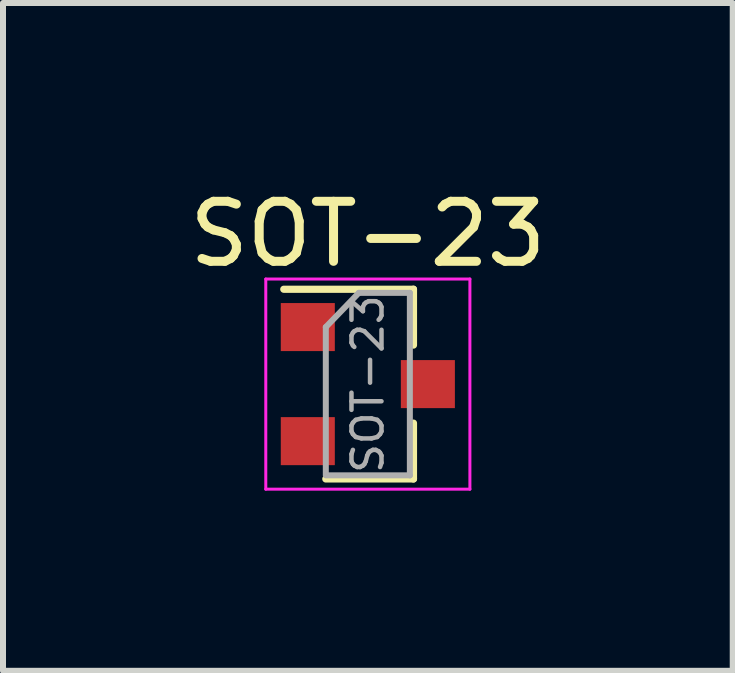
<source format=kicad_pcb>
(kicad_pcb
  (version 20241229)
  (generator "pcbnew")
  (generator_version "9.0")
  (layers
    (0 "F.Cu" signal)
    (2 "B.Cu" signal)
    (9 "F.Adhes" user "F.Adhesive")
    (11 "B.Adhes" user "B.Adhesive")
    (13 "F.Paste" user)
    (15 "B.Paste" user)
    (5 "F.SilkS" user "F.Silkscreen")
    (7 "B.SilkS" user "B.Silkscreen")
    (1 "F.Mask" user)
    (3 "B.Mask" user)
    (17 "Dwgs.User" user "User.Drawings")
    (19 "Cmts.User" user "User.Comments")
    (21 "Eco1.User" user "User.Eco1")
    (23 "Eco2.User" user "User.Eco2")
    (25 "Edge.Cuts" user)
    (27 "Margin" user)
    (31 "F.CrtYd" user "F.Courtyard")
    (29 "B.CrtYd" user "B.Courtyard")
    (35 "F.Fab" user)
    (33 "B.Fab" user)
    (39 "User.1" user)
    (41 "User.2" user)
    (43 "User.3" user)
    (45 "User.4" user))
  (footprint "SOT-23"
    (layer "F.Cu")
    (at 3.077 3.348)
    (property "Reference" "SOT-23" (at 0 -2.5 0) (layer "F.SilkS") (effects (font (size 1 1) (thickness 0.15))))
    (attr smd)
    (fp_line (start 0.76 -1.58) (end -1.4 -1.58) (stroke (width 0.12) (type solid)) (layer "F.SilkS"))
    (fp_line (start 0.76 -1.58) (end 0.76 -0.65) (stroke (width 0.12) (type solid)) (layer "F.SilkS"))
    (fp_line (start 0.76 1.58) (end -0.7 1.58) (stroke (width 0.12) (type solid)) (layer "F.SilkS"))
    (fp_line (start 0.76 1.58) (end 0.76 0.65) (stroke (width 0.12) (type solid)) (layer "F.SilkS"))
    (fp_line (start -1.7 -1.75) (end 1.7 -1.75) (stroke (width 0.05) (type solid)) (layer "F.CrtYd"))
    (fp_line (start -1.7 1.75) (end -1.7 -1.75) (stroke (width 0.05) (type solid)) (layer "F.CrtYd"))
    (fp_line (start 1.7 -1.75) (end 1.7 1.75) (stroke (width 0.05) (type solid)) (layer "F.CrtYd"))
    (fp_line (start 1.7 1.75) (end -1.7 1.75) (stroke (width 0.05) (type solid)) (layer "F.CrtYd"))
    (fp_line (start -0.7 -0.95) (end -0.7 1.5) (stroke (width 0.1) (type solid)) (layer "F.Fab"))
    (fp_line (start -0.7 -0.95) (end -0.15 -1.52) (stroke (width 0.1) (type solid)) (layer "F.Fab"))
    (fp_line (start -0.7 1.52) (end 0.7 1.52) (stroke (width 0.1) (type solid)) (layer "F.Fab"))
    (fp_line (start -0.15 -1.52) (end 0.7 -1.52) (stroke (width 0.1) (type solid)) (layer "F.Fab"))
    (fp_line (start 0.7 -1.52) (end 0.7 1.52) (stroke (width 0.1) (type solid)) (layer "F.Fab"))
    (fp_text user "${REFERENCE}" (at 0 0 90) (layer "F.Fab") (effects (font (size 0.5 0.5) (thickness 0.075))))
    (pad "1" smd rect (at -1 0.95) (size 0.9 0.8) (layers "F.Cu" "F.Mask" "F.Paste"))
    (pad "2" smd rect (at -1 -0.95) (size 0.9 0.8) (layers "F.Cu" "F.Mask" "F.Paste"))
    (pad "3" smd rect (at 1 0) (size 0.9 0.8) (layers "F.Cu" "F.Mask" "F.Paste")))
  (gr_rect
    (start -3 -3)
    (end 9.155 8.123)
    (stroke (width 0.1) (type default))
    (fill no)
    (layer "Edge.Cuts")))
</source>
